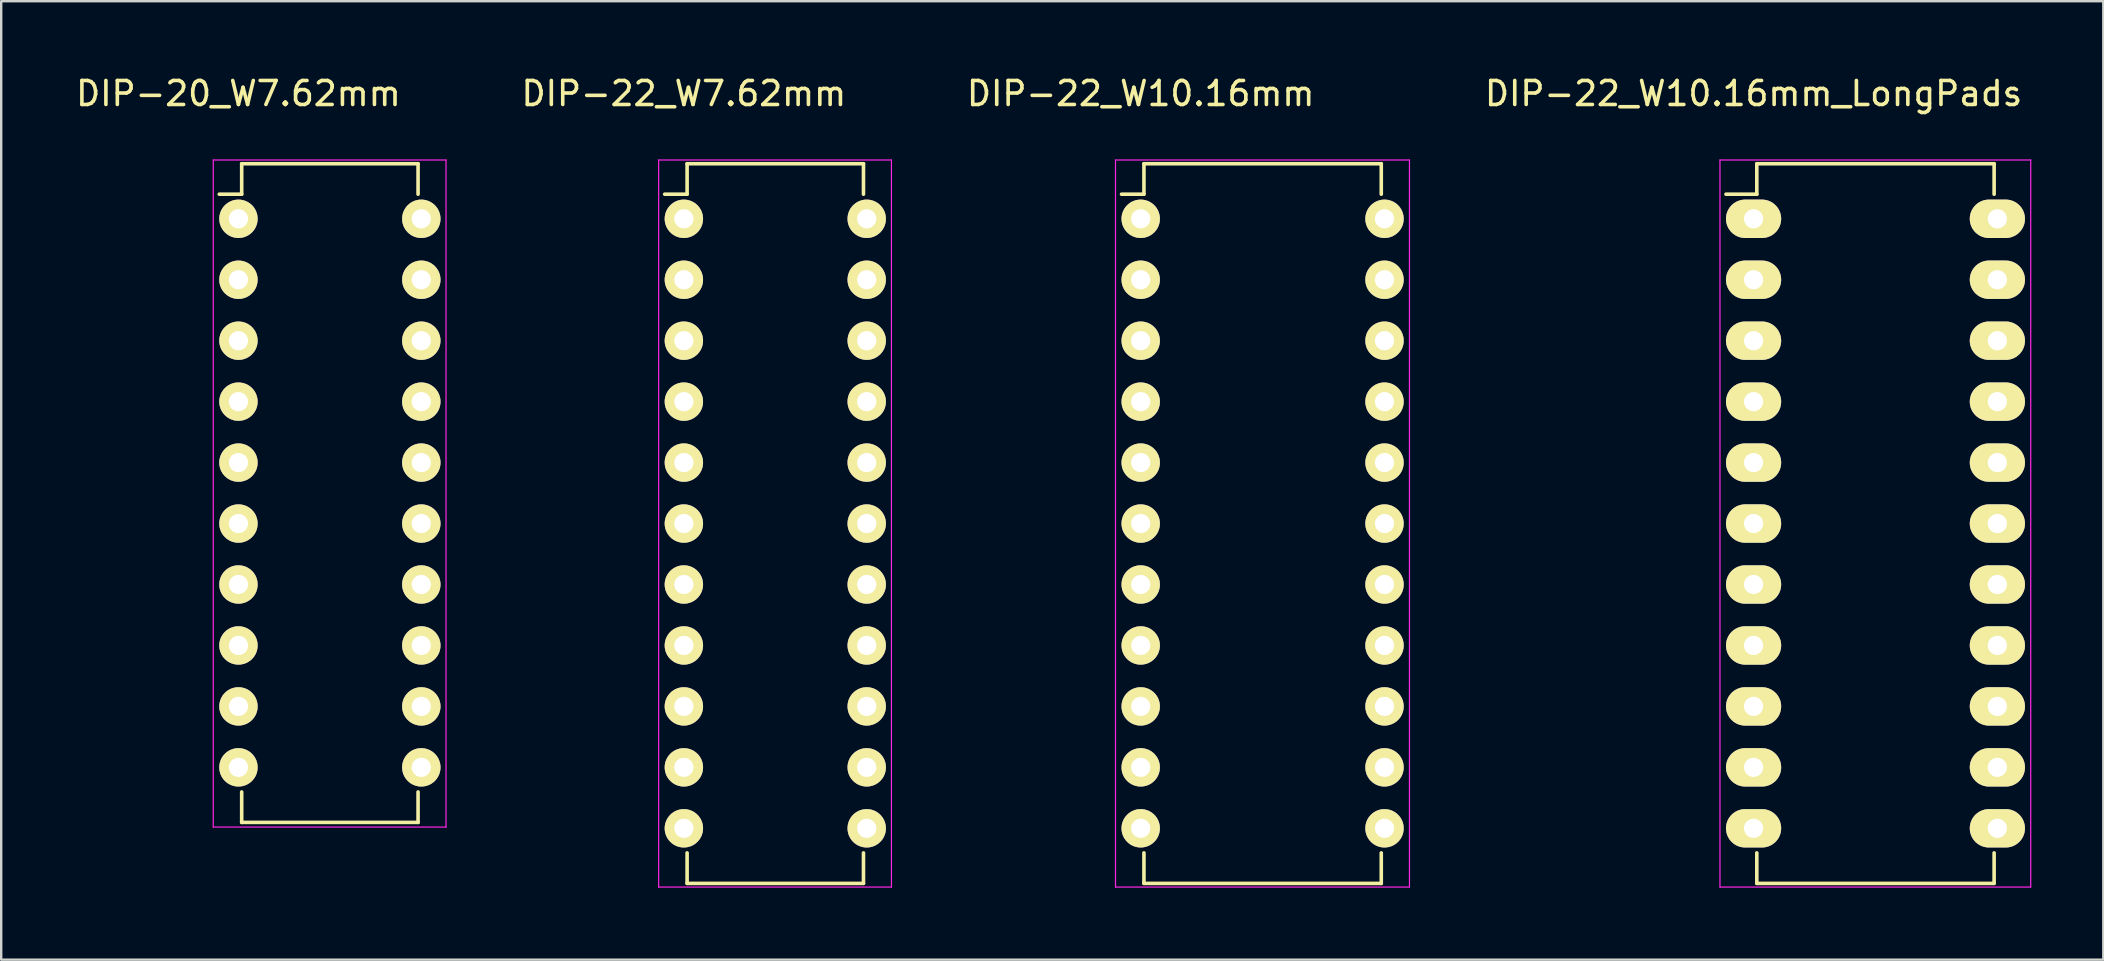
<source format=kicad_pcb>
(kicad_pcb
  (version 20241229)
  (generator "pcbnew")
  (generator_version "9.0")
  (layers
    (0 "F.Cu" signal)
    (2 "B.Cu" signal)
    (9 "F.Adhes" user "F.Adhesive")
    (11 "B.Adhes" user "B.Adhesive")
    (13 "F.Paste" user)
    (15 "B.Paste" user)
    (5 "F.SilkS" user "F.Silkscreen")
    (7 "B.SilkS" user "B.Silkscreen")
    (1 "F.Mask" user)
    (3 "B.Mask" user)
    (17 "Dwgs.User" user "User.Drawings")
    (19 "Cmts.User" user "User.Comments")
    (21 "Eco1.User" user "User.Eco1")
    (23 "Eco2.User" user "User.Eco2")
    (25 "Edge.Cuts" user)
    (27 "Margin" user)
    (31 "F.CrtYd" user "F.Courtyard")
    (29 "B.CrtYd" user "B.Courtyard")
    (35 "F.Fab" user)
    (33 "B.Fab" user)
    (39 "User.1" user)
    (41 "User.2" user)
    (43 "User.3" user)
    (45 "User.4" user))
  (footprint "DIP-22_W10.16mm"
    (layer "F.Cu")
    (at 44.487 6.068)
    (property "Reference" "DIP-22_W10.16mm" (at 0 -5.22 0) (layer "F.SilkS") (effects (font (size 1 1) (thickness 0.15))))
    (attr through_hole)
    (fp_line (start 0.135 -2.295) (end 0.135 -1.025) (stroke (width 0.15) (type solid)) (layer "F.SilkS"))
    (fp_line (start 0.135 -2.295) (end 10.025 -2.295) (stroke (width 0.15) (type solid)) (layer "F.SilkS"))
    (fp_line (start 0.135 -1.025) (end -0.8 -1.025) (stroke (width 0.15) (type solid)) (layer "F.SilkS"))
    (fp_line (start 0.135 27.695) (end 0.135 26.425) (stroke (width 0.15) (type solid)) (layer "F.SilkS"))
    (fp_line (start 0.135 27.695) (end 10.025 27.695) (stroke (width 0.15) (type solid)) (layer "F.SilkS"))
    (fp_line (start 10.025 -2.295) (end 10.025 -1.025) (stroke (width 0.15) (type solid)) (layer "F.SilkS"))
    (fp_line (start 10.025 27.695) (end 10.025 26.425) (stroke (width 0.15) (type solid)) (layer "F.SilkS"))
    (fp_line (start -1.05 -2.45) (end -1.05 27.85) (stroke (width 0.05) (type solid)) (layer "F.CrtYd"))
    (fp_line (start -1.05 -2.45) (end 11.2 -2.45) (stroke (width 0.05) (type solid)) (layer "F.CrtYd"))
    (fp_line (start -1.05 27.85) (end 11.2 27.85) (stroke (width 0.05) (type solid)) (layer "F.CrtYd"))
    (fp_line (start 11.2 -2.45) (end 11.2 27.85) (stroke (width 0.05) (type solid)) (layer "F.CrtYd"))
    (pad "1" thru_hole oval (at 0 0) (size 1.6 1.6) (drill 0.8) (layers "*.Cu" "*.Mask" "F.SilkS"))
    (pad "2" thru_hole oval (at 0 2.54) (size 1.6 1.6) (drill 0.8) (layers "*.Cu" "*.Mask" "F.SilkS"))
    (pad "3" thru_hole oval (at 0 5.08) (size 1.6 1.6) (drill 0.8) (layers "*.Cu" "*.Mask" "F.SilkS"))
    (pad "4" thru_hole oval (at 0 7.62) (size 1.6 1.6) (drill 0.8) (layers "*.Cu" "*.Mask" "F.SilkS"))
    (pad "5" thru_hole oval (at 0 10.16) (size 1.6 1.6) (drill 0.8) (layers "*.Cu" "*.Mask" "F.SilkS"))
    (pad "6" thru_hole oval (at 0 12.7) (size 1.6 1.6) (drill 0.8) (layers "*.Cu" "*.Mask" "F.SilkS"))
    (pad "7" thru_hole oval (at 0 15.24) (size 1.6 1.6) (drill 0.8) (layers "*.Cu" "*.Mask" "F.SilkS"))
    (pad "8" thru_hole oval (at 0 17.78) (size 1.6 1.6) (drill 0.8) (layers "*.Cu" "*.Mask" "F.SilkS"))
    (pad "9" thru_hole oval (at 0 20.32) (size 1.6 1.6) (drill 0.8) (layers "*.Cu" "*.Mask" "F.SilkS"))
    (pad "10" thru_hole oval (at 0 22.86) (size 1.6 1.6) (drill 0.8) (layers "*.Cu" "*.Mask" "F.SilkS"))
    (pad "11" thru_hole oval (at 0 25.4) (size 1.6 1.6) (drill 0.8) (layers "*.Cu" "*.Mask" "F.SilkS"))
    (pad "12" thru_hole oval (at 10.16 25.4) (size 1.6 1.6) (drill 0.8) (layers "*.Cu" "*.Mask" "F.SilkS"))
    (pad "13" thru_hole oval (at 10.16 22.86) (size 1.6 1.6) (drill 0.8) (layers "*.Cu" "*.Mask" "F.SilkS"))
    (pad "14" thru_hole oval (at 10.16 20.32) (size 1.6 1.6) (drill 0.8) (layers "*.Cu" "*.Mask" "F.SilkS"))
    (pad "15" thru_hole oval (at 10.16 17.78) (size 1.6 1.6) (drill 0.8) (layers "*.Cu" "*.Mask" "F.SilkS"))
    (pad "16" thru_hole oval (at 10.16 15.24) (size 1.6 1.6) (drill 0.8) (layers "*.Cu" "*.Mask" "F.SilkS"))
    (pad "17" thru_hole oval (at 10.16 12.7) (size 1.6 1.6) (drill 0.8) (layers "*.Cu" "*.Mask" "F.SilkS"))
    (pad "18" thru_hole oval (at 10.16 10.16) (size 1.6 1.6) (drill 0.8) (layers "*.Cu" "*.Mask" "F.SilkS"))
    (pad "19" thru_hole oval (at 10.16 7.62) (size 1.6 1.6) (drill 0.8) (layers "*.Cu" "*.Mask" "F.SilkS"))
    (pad "20" thru_hole oval (at 10.16 5.08) (size 1.6 1.6) (drill 0.8) (layers "*.Cu" "*.Mask" "F.SilkS"))
    (pad "21" thru_hole oval (at 10.16 2.54) (size 1.6 1.6) (drill 0.8) (layers "*.Cu" "*.Mask" "F.SilkS"))
    (pad "22" thru_hole oval (at 10.16 0) (size 1.6 1.6) (drill 0.8) (layers "*.Cu" "*.Mask" "F.SilkS")))
  (footprint "DIP-22_W10.16mm_LongPads"
    (layer "F.Cu")
    (at 70.027 6.068)
    (property "Reference" "DIP-22_W10.16mm_LongPads" (at 0 -5.22 0) (layer "F.SilkS") (effects (font (size 1 1) (thickness 0.15))))
    (attr through_hole)
    (fp_line (start 0.135 -2.295) (end 0.135 -1.025) (stroke (width 0.15) (type solid)) (layer "F.SilkS"))
    (fp_line (start 0.135 -2.295) (end 10.025 -2.295) (stroke (width 0.15) (type solid)) (layer "F.SilkS"))
    (fp_line (start 0.135 -1.025) (end -1.15 -1.025) (stroke (width 0.15) (type solid)) (layer "F.SilkS"))
    (fp_line (start 0.135 27.695) (end 0.135 26.425) (stroke (width 0.15) (type solid)) (layer "F.SilkS"))
    (fp_line (start 0.135 27.695) (end 10.025 27.695) (stroke (width 0.15) (type solid)) (layer "F.SilkS"))
    (fp_line (start 10.025 -2.295) (end 10.025 -1.025) (stroke (width 0.15) (type solid)) (layer "F.SilkS"))
    (fp_line (start 10.025 27.695) (end 10.025 26.425) (stroke (width 0.15) (type solid)) (layer "F.SilkS"))
    (fp_line (start -1.4 -2.45) (end -1.4 27.85) (stroke (width 0.05) (type solid)) (layer "F.CrtYd"))
    (fp_line (start -1.4 -2.45) (end 11.55 -2.45) (stroke (width 0.05) (type solid)) (layer "F.CrtYd"))
    (fp_line (start -1.4 27.85) (end 11.55 27.85) (stroke (width 0.05) (type solid)) (layer "F.CrtYd"))
    (fp_line (start 11.55 -2.45) (end 11.55 27.85) (stroke (width 0.05) (type solid)) (layer "F.CrtYd"))
    (pad "1" thru_hole oval (at 0 0) (size 2.3 1.6) (drill 0.8) (layers "*.Cu" "*.Mask" "F.SilkS"))
    (pad "2" thru_hole oval (at 0 2.54) (size 2.3 1.6) (drill 0.8) (layers "*.Cu" "*.Mask" "F.SilkS"))
    (pad "3" thru_hole oval (at 0 5.08) (size 2.3 1.6) (drill 0.8) (layers "*.Cu" "*.Mask" "F.SilkS"))
    (pad "4" thru_hole oval (at 0 7.62) (size 2.3 1.6) (drill 0.8) (layers "*.Cu" "*.Mask" "F.SilkS"))
    (pad "5" thru_hole oval (at 0 10.16) (size 2.3 1.6) (drill 0.8) (layers "*.Cu" "*.Mask" "F.SilkS"))
    (pad "6" thru_hole oval (at 0 12.7) (size 2.3 1.6) (drill 0.8) (layers "*.Cu" "*.Mask" "F.SilkS"))
    (pad "7" thru_hole oval (at 0 15.24) (size 2.3 1.6) (drill 0.8) (layers "*.Cu" "*.Mask" "F.SilkS"))
    (pad "8" thru_hole oval (at 0 17.78) (size 2.3 1.6) (drill 0.8) (layers "*.Cu" "*.Mask" "F.SilkS"))
    (pad "9" thru_hole oval (at 0 20.32) (size 2.3 1.6) (drill 0.8) (layers "*.Cu" "*.Mask" "F.SilkS"))
    (pad "10" thru_hole oval (at 0 22.86) (size 2.3 1.6) (drill 0.8) (layers "*.Cu" "*.Mask" "F.SilkS"))
    (pad "11" thru_hole oval (at 0 25.4) (size 2.3 1.6) (drill 0.8) (layers "*.Cu" "*.Mask" "F.SilkS"))
    (pad "12" thru_hole oval (at 10.16 25.4) (size 2.3 1.6) (drill 0.8) (layers "*.Cu" "*.Mask" "F.SilkS"))
    (pad "13" thru_hole oval (at 10.16 22.86) (size 2.3 1.6) (drill 0.8) (layers "*.Cu" "*.Mask" "F.SilkS"))
    (pad "14" thru_hole oval (at 10.16 20.32) (size 2.3 1.6) (drill 0.8) (layers "*.Cu" "*.Mask" "F.SilkS"))
    (pad "15" thru_hole oval (at 10.16 17.78) (size 2.3 1.6) (drill 0.8) (layers "*.Cu" "*.Mask" "F.SilkS"))
    (pad "16" thru_hole oval (at 10.16 15.24) (size 2.3 1.6) (drill 0.8) (layers "*.Cu" "*.Mask" "F.SilkS"))
    (pad "17" thru_hole oval (at 10.16 12.7) (size 2.3 1.6) (drill 0.8) (layers "*.Cu" "*.Mask" "F.SilkS"))
    (pad "18" thru_hole oval (at 10.16 10.16) (size 2.3 1.6) (drill 0.8) (layers "*.Cu" "*.Mask" "F.SilkS"))
    (pad "19" thru_hole oval (at 10.16 7.62) (size 2.3 1.6) (drill 0.8) (layers "*.Cu" "*.Mask" "F.SilkS"))
    (pad "20" thru_hole oval (at 10.16 5.08) (size 2.3 1.6) (drill 0.8) (layers "*.Cu" "*.Mask" "F.SilkS"))
    (pad "21" thru_hole oval (at 10.16 2.54) (size 2.3 1.6) (drill 0.8) (layers "*.Cu" "*.Mask" "F.SilkS"))
    (pad "22" thru_hole oval (at 10.16 0) (size 2.3 1.6) (drill 0.8) (layers "*.Cu" "*.Mask" "F.SilkS")))
  (footprint "DIP-20_W7.62mm"
    (layer "F.Cu")
    (at 6.887 6.068)
    (property "Reference" "DIP-20_W7.62mm" (at 0 -5.22 0) (layer "F.SilkS") (effects (font (size 1 1) (thickness 0.15))))
    (attr through_hole)
    (fp_line (start 0.135 -2.295) (end 0.135 -1.025) (stroke (width 0.15) (type solid)) (layer "F.SilkS"))
    (fp_line (start 0.135 -2.295) (end 7.485 -2.295) (stroke (width 0.15) (type solid)) (layer "F.SilkS"))
    (fp_line (start 0.135 -1.025) (end -0.8 -1.025) (stroke (width 0.15) (type solid)) (layer "F.SilkS"))
    (fp_line (start 0.135 25.155) (end 0.135 23.885) (stroke (width 0.15) (type solid)) (layer "F.SilkS"))
    (fp_line (start 0.135 25.155) (end 7.485 25.155) (stroke (width 0.15) (type solid)) (layer "F.SilkS"))
    (fp_line (start 7.485 -2.295) (end 7.485 -1.025) (stroke (width 0.15) (type solid)) (layer "F.SilkS"))
    (fp_line (start 7.485 25.155) (end 7.485 23.885) (stroke (width 0.15) (type solid)) (layer "F.SilkS"))
    (fp_line (start -1.05 -2.45) (end -1.05 25.35) (stroke (width 0.05) (type solid)) (layer "F.CrtYd"))
    (fp_line (start -1.05 -2.45) (end 8.65 -2.45) (stroke (width 0.05) (type solid)) (layer "F.CrtYd"))
    (fp_line (start -1.05 25.35) (end 8.65 25.35) (stroke (width 0.05) (type solid)) (layer "F.CrtYd"))
    (fp_line (start 8.65 -2.45) (end 8.65 25.35) (stroke (width 0.05) (type solid)) (layer "F.CrtYd"))
    (pad "1" thru_hole oval (at 0 0) (size 1.6 1.6) (drill 0.8) (layers "*.Cu" "*.Mask" "F.SilkS"))
    (pad "2" thru_hole oval (at 0 2.54) (size 1.6 1.6) (drill 0.8) (layers "*.Cu" "*.Mask" "F.SilkS"))
    (pad "3" thru_hole oval (at 0 5.08) (size 1.6 1.6) (drill 0.8) (layers "*.Cu" "*.Mask" "F.SilkS"))
    (pad "4" thru_hole oval (at 0 7.62) (size 1.6 1.6) (drill 0.8) (layers "*.Cu" "*.Mask" "F.SilkS"))
    (pad "5" thru_hole oval (at 0 10.16) (size 1.6 1.6) (drill 0.8) (layers "*.Cu" "*.Mask" "F.SilkS"))
    (pad "6" thru_hole oval (at 0 12.7) (size 1.6 1.6) (drill 0.8) (layers "*.Cu" "*.Mask" "F.SilkS"))
    (pad "7" thru_hole oval (at 0 15.24) (size 1.6 1.6) (drill 0.8) (layers "*.Cu" "*.Mask" "F.SilkS"))
    (pad "8" thru_hole oval (at 0 17.78) (size 1.6 1.6) (drill 0.8) (layers "*.Cu" "*.Mask" "F.SilkS"))
    (pad "9" thru_hole oval (at 0 20.32) (size 1.6 1.6) (drill 0.8) (layers "*.Cu" "*.Mask" "F.SilkS"))
    (pad "10" thru_hole oval (at 0 22.86) (size 1.6 1.6) (drill 0.8) (layers "*.Cu" "*.Mask" "F.SilkS"))
    (pad "11" thru_hole oval (at 7.62 22.86) (size 1.6 1.6) (drill 0.8) (layers "*.Cu" "*.Mask" "F.SilkS"))
    (pad "12" thru_hole oval (at 7.62 20.32) (size 1.6 1.6) (drill 0.8) (layers "*.Cu" "*.Mask" "F.SilkS"))
    (pad "13" thru_hole oval (at 7.62 17.78) (size 1.6 1.6) (drill 0.8) (layers "*.Cu" "*.Mask" "F.SilkS"))
    (pad "14" thru_hole oval (at 7.62 15.24) (size 1.6 1.6) (drill 0.8) (layers "*.Cu" "*.Mask" "F.SilkS"))
    (pad "15" thru_hole oval (at 7.62 12.7) (size 1.6 1.6) (drill 0.8) (layers "*.Cu" "*.Mask" "F.SilkS"))
    (pad "16" thru_hole oval (at 7.62 10.16) (size 1.6 1.6) (drill 0.8) (layers "*.Cu" "*.Mask" "F.SilkS"))
    (pad "17" thru_hole oval (at 7.62 7.62) (size 1.6 1.6) (drill 0.8) (layers "*.Cu" "*.Mask" "F.SilkS"))
    (pad "18" thru_hole oval (at 7.62 5.08) (size 1.6 1.6) (drill 0.8) (layers "*.Cu" "*.Mask" "F.SilkS"))
    (pad "19" thru_hole oval (at 7.62 2.54) (size 1.6 1.6) (drill 0.8) (layers "*.Cu" "*.Mask" "F.SilkS"))
    (pad "20" thru_hole oval (at 7.62 0) (size 1.6 1.6) (drill 0.8) (layers "*.Cu" "*.Mask" "F.SilkS")))
  (footprint "DIP-22_W7.62mm"
    (layer "F.Cu")
    (at 25.449 6.068)
    (property "Reference" "DIP-22_W7.62mm" (at 0 -5.22 0) (layer "F.SilkS") (effects (font (size 1 1) (thickness 0.15))))
    (attr through_hole)
    (fp_line (start 0.135 -2.295) (end 0.135 -1.025) (stroke (width 0.15) (type solid)) (layer "F.SilkS"))
    (fp_line (start 0.135 -2.295) (end 7.485 -2.295) (stroke (width 0.15) (type solid)) (layer "F.SilkS"))
    (fp_line (start 0.135 -1.025) (end -0.8 -1.025) (stroke (width 0.15) (type solid)) (layer "F.SilkS"))
    (fp_line (start 0.135 27.695) (end 0.135 26.425) (stroke (width 0.15) (type solid)) (layer "F.SilkS"))
    (fp_line (start 0.135 27.695) (end 7.485 27.695) (stroke (width 0.15) (type solid)) (layer "F.SilkS"))
    (fp_line (start 7.485 -2.295) (end 7.485 -1.025) (stroke (width 0.15) (type solid)) (layer "F.SilkS"))
    (fp_line (start 7.485 27.695) (end 7.485 26.425) (stroke (width 0.15) (type solid)) (layer "F.SilkS"))
    (fp_line (start -1.05 -2.45) (end -1.05 27.85) (stroke (width 0.05) (type solid)) (layer "F.CrtYd"))
    (fp_line (start -1.05 -2.45) (end 8.65 -2.45) (stroke (width 0.05) (type solid)) (layer "F.CrtYd"))
    (fp_line (start -1.05 27.85) (end 8.65 27.85) (stroke (width 0.05) (type solid)) (layer "F.CrtYd"))
    (fp_line (start 8.65 -2.45) (end 8.65 27.85) (stroke (width 0.05) (type solid)) (layer "F.CrtYd"))
    (pad "1" thru_hole oval (at 0 0) (size 1.6 1.6) (drill 0.8) (layers "*.Cu" "*.Mask" "F.SilkS"))
    (pad "2" thru_hole oval (at 0 2.54) (size 1.6 1.6) (drill 0.8) (layers "*.Cu" "*.Mask" "F.SilkS"))
    (pad "3" thru_hole oval (at 0 5.08) (size 1.6 1.6) (drill 0.8) (layers "*.Cu" "*.Mask" "F.SilkS"))
    (pad "4" thru_hole oval (at 0 7.62) (size 1.6 1.6) (drill 0.8) (layers "*.Cu" "*.Mask" "F.SilkS"))
    (pad "5" thru_hole oval (at 0 10.16) (size 1.6 1.6) (drill 0.8) (layers "*.Cu" "*.Mask" "F.SilkS"))
    (pad "6" thru_hole oval (at 0 12.7) (size 1.6 1.6) (drill 0.8) (layers "*.Cu" "*.Mask" "F.SilkS"))
    (pad "7" thru_hole oval (at 0 15.24) (size 1.6 1.6) (drill 0.8) (layers "*.Cu" "*.Mask" "F.SilkS"))
    (pad "8" thru_hole oval (at 0 17.78) (size 1.6 1.6) (drill 0.8) (layers "*.Cu" "*.Mask" "F.SilkS"))
    (pad "9" thru_hole oval (at 0 20.32) (size 1.6 1.6) (drill 0.8) (layers "*.Cu" "*.Mask" "F.SilkS"))
    (pad "10" thru_hole oval (at 0 22.86) (size 1.6 1.6) (drill 0.8) (layers "*.Cu" "*.Mask" "F.SilkS"))
    (pad "11" thru_hole oval (at 0 25.4) (size 1.6 1.6) (drill 0.8) (layers "*.Cu" "*.Mask" "F.SilkS"))
    (pad "12" thru_hole oval (at 7.62 25.4) (size 1.6 1.6) (drill 0.8) (layers "*.Cu" "*.Mask" "F.SilkS"))
    (pad "13" thru_hole oval (at 7.62 22.86) (size 1.6 1.6) (drill 0.8) (layers "*.Cu" "*.Mask" "F.SilkS"))
    (pad "14" thru_hole oval (at 7.62 20.32) (size 1.6 1.6) (drill 0.8) (layers "*.Cu" "*.Mask" "F.SilkS"))
    (pad "15" thru_hole oval (at 7.62 17.78) (size 1.6 1.6) (drill 0.8) (layers "*.Cu" "*.Mask" "F.SilkS"))
    (pad "16" thru_hole oval (at 7.62 15.24) (size 1.6 1.6) (drill 0.8) (layers "*.Cu" "*.Mask" "F.SilkS"))
    (pad "17" thru_hole oval (at 7.62 12.7) (size 1.6 1.6) (drill 0.8) (layers "*.Cu" "*.Mask" "F.SilkS"))
    (pad "18" thru_hole oval (at 7.62 10.16) (size 1.6 1.6) (drill 0.8) (layers "*.Cu" "*.Mask" "F.SilkS"))
    (pad "19" thru_hole oval (at 7.62 7.62) (size 1.6 1.6) (drill 0.8) (layers "*.Cu" "*.Mask" "F.SilkS"))
    (pad "20" thru_hole oval (at 7.62 5.08) (size 1.6 1.6) (drill 0.8) (layers "*.Cu" "*.Mask" "F.SilkS"))
    (pad "21" thru_hole oval (at 7.62 2.54) (size 1.6 1.6) (drill 0.8) (layers "*.Cu" "*.Mask" "F.SilkS"))
    (pad "22" thru_hole oval (at 7.62 0) (size 1.6 1.6) (drill 0.8) (layers "*.Cu" "*.Mask" "F.SilkS")))
  (gr_rect
    (start -3 -3)
    (end 84.602 36.943)
    (stroke (width 0.1) (type default))
    (fill no)
    (layer "Edge.Cuts")))
</source>
